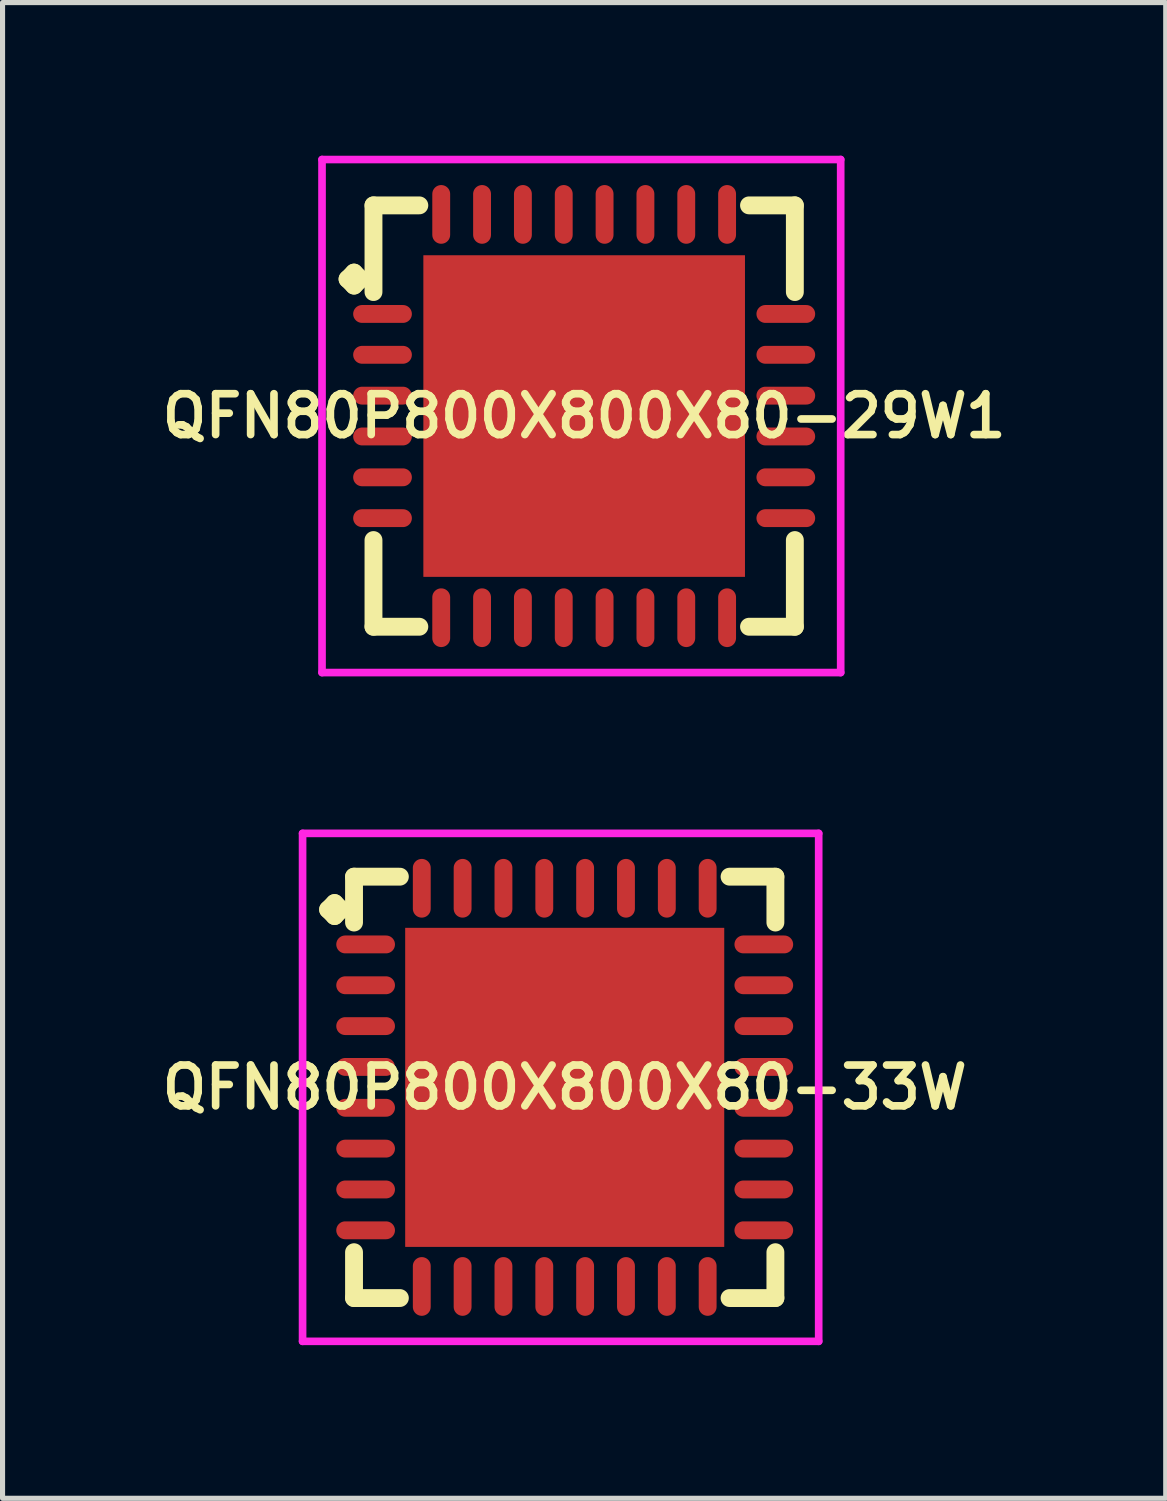
<source format=kicad_pcb>
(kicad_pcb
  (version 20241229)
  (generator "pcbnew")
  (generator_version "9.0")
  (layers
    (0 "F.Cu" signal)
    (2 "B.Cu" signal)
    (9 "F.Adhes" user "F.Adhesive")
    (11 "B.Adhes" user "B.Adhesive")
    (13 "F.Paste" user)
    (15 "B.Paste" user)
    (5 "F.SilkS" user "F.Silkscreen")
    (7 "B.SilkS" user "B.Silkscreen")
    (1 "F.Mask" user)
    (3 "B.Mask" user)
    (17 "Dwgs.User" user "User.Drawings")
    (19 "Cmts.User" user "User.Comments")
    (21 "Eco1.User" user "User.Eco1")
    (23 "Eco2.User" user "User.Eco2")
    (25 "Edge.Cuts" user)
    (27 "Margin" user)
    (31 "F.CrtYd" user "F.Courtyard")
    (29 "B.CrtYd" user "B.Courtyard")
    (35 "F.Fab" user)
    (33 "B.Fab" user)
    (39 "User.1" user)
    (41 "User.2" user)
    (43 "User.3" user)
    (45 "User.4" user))
  (footprint "QFN80P800X800X80-33W"
    (layer "F.Cu")
    (at 8.012 18.25)
    (property "Reference" "QFN80P800X800X80-33W" (at 0 0 0) (layer "F.SilkS") (effects (font (size 0.8 0.8) (thickness 0.15))))
    (attr smd)
    (fp_line (start -4.635 -3.483) (end -4.508 -3.61) (stroke (width 0.35) (type solid)) (layer "F.SilkS"))
    (fp_line (start -4.508 -3.61) (end -4.381 -3.483) (stroke (width 0.35) (type solid)) (layer "F.SilkS"))
    (fp_line (start -4.508 -3.356) (end -4.635 -3.483) (stroke (width 0.35) (type solid)) (layer "F.SilkS"))
    (fp_line (start -4.381 -3.483) (end -4.508 -3.356) (stroke (width 0.35) (type solid)) (layer "F.SilkS"))
    (fp_line (start -4.127 -4.127) (end -3.229 -4.127) (stroke (width 0.35) (type solid)) (layer "F.SilkS"))
    (fp_line (start -4.127 -3.229) (end -4.127 -4.127) (stroke (width 0.35) (type solid)) (layer "F.SilkS"))
    (fp_line (start -4.127 3.229) (end -4.127 4.127) (stroke (width 0.35) (type solid)) (layer "F.SilkS"))
    (fp_line (start -4.127 4.127) (end -3.229 4.127) (stroke (width 0.35) (type solid)) (layer "F.SilkS"))
    (fp_line (start 3.229 -4.127) (end 4.127 -4.127) (stroke (width 0.35) (type solid)) (layer "F.SilkS"))
    (fp_line (start 3.229 4.127) (end 4.127 4.127) (stroke (width 0.35) (type solid)) (layer "F.SilkS"))
    (fp_line (start 4.127 -4.127) (end 4.127 -3.229) (stroke (width 0.35) (type solid)) (layer "F.SilkS"))
    (fp_line (start 4.127 4.127) (end 4.127 3.229) (stroke (width 0.35) (type solid)) (layer "F.SilkS"))
    (fp_line (start -5.135 -4.975) (end 4.975 -4.975) (stroke (width 0.15) (type solid)) (layer "F.CrtYd"))
    (fp_line (start -5.135 4.975) (end -5.135 -4.975) (stroke (width 0.15) (type solid)) (layer "F.CrtYd"))
    (fp_line (start 4.975 -4.975) (end 4.975 4.975) (stroke (width 0.15) (type solid)) (layer "F.CrtYd"))
    (fp_line (start 4.975 4.975) (end -5.135 4.975) (stroke (width 0.15) (type solid)) (layer "F.CrtYd"))
    (pad "1" smd oval (at -3.9 -2.8) (size 1.15 0.35) (layers "F.Cu" "F.Mask" "F.Paste"))
    (pad "2" smd oval (at -3.9 -2) (size 1.15 0.35) (layers "F.Cu" "F.Mask" "F.Paste"))
    (pad "3" smd oval (at -3.9 -1.2) (size 1.15 0.35) (layers "F.Cu" "F.Mask" "F.Paste"))
    (pad "4" smd oval (at -3.9 -0.4) (size 1.15 0.35) (layers "F.Cu" "F.Mask" "F.Paste"))
    (pad "5" smd oval (at -3.9 0.4) (size 1.15 0.35) (layers "F.Cu" "F.Mask" "F.Paste"))
    (pad "6" smd oval (at -3.9 1.2) (size 1.15 0.35) (layers "F.Cu" "F.Mask" "F.Paste"))
    (pad "7" smd oval (at -3.9 2) (size 1.15 0.35) (layers "F.Cu" "F.Mask" "F.Paste"))
    (pad "8" smd oval (at -3.9 2.8) (size 1.15 0.35) (layers "F.Cu" "F.Mask" "F.Paste"))
    (pad "9" smd oval (at -2.8 3.9) (size 0.35 1.15) (layers "F.Cu" "F.Mask" "F.Paste"))
    (pad "10" smd oval (at -2 3.9) (size 0.35 1.15) (layers "F.Cu" "F.Mask" "F.Paste"))
    (pad "11" smd oval (at -1.2 3.9) (size 0.35 1.15) (layers "F.Cu" "F.Mask" "F.Paste"))
    (pad "12" smd oval (at -0.4 3.9) (size 0.35 1.15) (layers "F.Cu" "F.Mask" "F.Paste"))
    (pad "13" smd oval (at 0.4 3.9) (size 0.35 1.15) (layers "F.Cu" "F.Mask" "F.Paste"))
    (pad "14" smd oval (at 1.2 3.9) (size 0.35 1.15) (layers "F.Cu" "F.Mask" "F.Paste"))
    (pad "15" smd oval (at 2 3.9) (size 0.35 1.15) (layers "F.Cu" "F.Mask" "F.Paste"))
    (pad "16" smd oval (at 2.8 3.9) (size 0.35 1.15) (layers "F.Cu" "F.Mask" "F.Paste"))
    (pad "17" smd oval (at 3.9 2.8) (size 1.15 0.35) (layers "F.Cu" "F.Mask" "F.Paste"))
    (pad "18" smd oval (at 3.9 2) (size 1.15 0.35) (layers "F.Cu" "F.Mask" "F.Paste"))
    (pad "19" smd oval (at 3.9 1.2) (size 1.15 0.35) (layers "F.Cu" "F.Mask" "F.Paste"))
    (pad "20" smd oval (at 3.9 0.4) (size 1.15 0.35) (layers "F.Cu" "F.Mask" "F.Paste"))
    (pad "21" smd oval (at 3.9 -0.4) (size 1.15 0.35) (layers "F.Cu" "F.Mask" "F.Paste"))
    (pad "22" smd oval (at 3.9 -1.2) (size 1.15 0.35) (layers "F.Cu" "F.Mask" "F.Paste"))
    (pad "23" smd oval (at 3.9 -2) (size 1.15 0.35) (layers "F.Cu" "F.Mask" "F.Paste"))
    (pad "24" smd oval (at 3.9 -2.8) (size 1.15 0.35) (layers "F.Cu" "F.Mask" "F.Paste"))
    (pad "25" smd oval (at 2.8 -3.9) (size 0.35 1.15) (layers "F.Cu" "F.Mask" "F.Paste"))
    (pad "26" smd oval (at 2 -3.9) (size 0.35 1.15) (layers "F.Cu" "F.Mask" "F.Paste"))
    (pad "27" smd oval (at 1.2 -3.9) (size 0.35 1.15) (layers "F.Cu" "F.Mask" "F.Paste"))
    (pad "28" smd oval (at 0.4 -3.9) (size 0.35 1.15) (layers "F.Cu" "F.Mask" "F.Paste"))
    (pad "29" smd oval (at -0.4 -3.9) (size 0.35 1.15) (layers "F.Cu" "F.Mask" "F.Paste"))
    (pad "30" smd oval (at -1.2 -3.9) (size 0.35 1.15) (layers "F.Cu" "F.Mask" "F.Paste"))
    (pad "31" smd oval (at -2 -3.9) (size 0.35 1.15) (layers "F.Cu" "F.Mask" "F.Paste"))
    (pad "32" smd oval (at -2.8 -3.9) (size 0.35 1.15) (layers "F.Cu" "F.Mask" "F.Paste"))
    (pad "33" smd rect (at 0 0) (size 6.25 6.25) (layers "F.Cu" "F.Mask" "F.Paste")))
  (footprint "QFN80P800X800X80-29W1"
    (layer "F.Cu")
    (at 8.393 5.1)
    (property "Reference" "QFN80P800X800X80-29W1" (at 0 0 0) (layer "F.SilkS") (effects (font (size 0.8 0.8) (thickness 0.15))))
    (attr smd)
    (fp_line (start -4.635 -2.683) (end -4.508 -2.81) (stroke (width 0.35) (type solid)) (layer "F.SilkS"))
    (fp_line (start -4.508 -2.81) (end -4.381 -2.683) (stroke (width 0.35) (type solid)) (layer "F.SilkS"))
    (fp_line (start -4.508 -2.556) (end -4.635 -2.683) (stroke (width 0.35) (type solid)) (layer "F.SilkS"))
    (fp_line (start -4.381 -2.683) (end -4.508 -2.556) (stroke (width 0.35) (type solid)) (layer "F.SilkS"))
    (fp_line (start -4.127 -4.127) (end -3.229 -4.127) (stroke (width 0.35) (type solid)) (layer "F.SilkS"))
    (fp_line (start -4.127 -2.429) (end -4.127 -4.127) (stroke (width 0.35) (type solid)) (layer "F.SilkS"))
    (fp_line (start -4.127 2.429) (end -4.127 4.127) (stroke (width 0.35) (type solid)) (layer "F.SilkS"))
    (fp_line (start -4.127 4.127) (end -3.229 4.127) (stroke (width 0.35) (type solid)) (layer "F.SilkS"))
    (fp_line (start 3.229 -4.127) (end 4.127 -4.127) (stroke (width 0.35) (type solid)) (layer "F.SilkS"))
    (fp_line (start 3.229 4.127) (end 4.127 4.127) (stroke (width 0.35) (type solid)) (layer "F.SilkS"))
    (fp_line (start 4.127 -4.127) (end 4.127 -2.429) (stroke (width 0.35) (type solid)) (layer "F.SilkS"))
    (fp_line (start 4.127 4.127) (end 4.127 2.429) (stroke (width 0.35) (type solid)) (layer "F.SilkS"))
    (fp_line (start -5.135 -5.025) (end 5.025 -5.025) (stroke (width 0.15) (type solid)) (layer "F.CrtYd"))
    (fp_line (start -5.135 5.025) (end -5.135 -5.025) (stroke (width 0.15) (type solid)) (layer "F.CrtYd"))
    (fp_line (start 5.025 -5.025) (end 5.025 5.025) (stroke (width 0.15) (type solid)) (layer "F.CrtYd"))
    (fp_line (start 5.025 5.025) (end -5.135 5.025) (stroke (width 0.15) (type solid)) (layer "F.CrtYd"))
    (pad "1" smd oval (at -3.95 -2) (size 1.15 0.35) (layers "F.Cu" "F.Mask" "F.Paste"))
    (pad "2" smd oval (at -3.95 -1.2) (size 1.15 0.35) (layers "F.Cu" "F.Mask" "F.Paste"))
    (pad "3" smd oval (at -3.95 -0.4) (size 1.15 0.35) (layers "F.Cu" "F.Mask" "F.Paste"))
    (pad "4" smd oval (at -3.95 0.4) (size 1.15 0.35) (layers "F.Cu" "F.Mask" "F.Paste"))
    (pad "5" smd oval (at -3.95 1.2) (size 1.15 0.35) (layers "F.Cu" "F.Mask" "F.Paste"))
    (pad "6" smd oval (at -3.95 2) (size 1.15 0.35) (layers "F.Cu" "F.Mask" "F.Paste"))
    (pad "7" smd oval (at -2.8 3.95) (size 0.35 1.15) (layers "F.Cu" "F.Mask" "F.Paste"))
    (pad "8" smd oval (at -2 3.95) (size 0.35 1.15) (layers "F.Cu" "F.Mask" "F.Paste"))
    (pad "9" smd oval (at -1.2 3.95) (size 0.35 1.15) (layers "F.Cu" "F.Mask" "F.Paste"))
    (pad "10" smd oval (at -0.4 3.95) (size 0.35 1.15) (layers "F.Cu" "F.Mask" "F.Paste"))
    (pad "11" smd oval (at 0.4 3.95) (size 0.35 1.15) (layers "F.Cu" "F.Mask" "F.Paste"))
    (pad "12" smd oval (at 1.2 3.95) (size 0.35 1.15) (layers "F.Cu" "F.Mask" "F.Paste"))
    (pad "13" smd oval (at 2 3.95) (size 0.35 1.15) (layers "F.Cu" "F.Mask" "F.Paste"))
    (pad "14" smd oval (at 2.8 3.95) (size 0.35 1.15) (layers "F.Cu" "F.Mask" "F.Paste"))
    (pad "15" smd oval (at 3.95 2) (size 1.15 0.35) (layers "F.Cu" "F.Mask" "F.Paste"))
    (pad "16" smd oval (at 3.95 1.2) (size 1.15 0.35) (layers "F.Cu" "F.Mask" "F.Paste"))
    (pad "17" smd oval (at 3.95 0.4) (size 1.15 0.35) (layers "F.Cu" "F.Mask" "F.Paste"))
    (pad "18" smd oval (at 3.95 -0.4) (size 1.15 0.35) (layers "F.Cu" "F.Mask" "F.Paste"))
    (pad "19" smd oval (at 3.95 -1.2) (size 1.15 0.35) (layers "F.Cu" "F.Mask" "F.Paste"))
    (pad "20" smd oval (at 3.95 -2) (size 1.15 0.35) (layers "F.Cu" "F.Mask" "F.Paste"))
    (pad "21" smd oval (at 2.8 -3.95) (size 0.35 1.15) (layers "F.Cu" "F.Mask" "F.Paste"))
    (pad "22" smd oval (at 2 -3.95) (size 0.35 1.15) (layers "F.Cu" "F.Mask" "F.Paste"))
    (pad "23" smd oval (at 1.2 -3.95) (size 0.35 1.15) (layers "F.Cu" "F.Mask" "F.Paste"))
    (pad "24" smd oval (at 0.4 -3.95) (size 0.35 1.15) (layers "F.Cu" "F.Mask" "F.Paste"))
    (pad "25" smd oval (at -0.4 -3.95) (size 0.35 1.15) (layers "F.Cu" "F.Mask" "F.Paste"))
    (pad "26" smd oval (at -1.2 -3.95) (size 0.35 1.15) (layers "F.Cu" "F.Mask" "F.Paste"))
    (pad "27" smd oval (at -2 -3.95) (size 0.35 1.15) (layers "F.Cu" "F.Mask" "F.Paste"))
    (pad "28" smd oval (at -2.8 -3.95) (size 0.35 1.15) (layers "F.Cu" "F.Mask" "F.Paste"))
    (pad "29" smd rect (at 0 0) (size 6.3 6.3) (layers "F.Cu" "F.Mask" "F.Paste")))
  (gr_rect
    (start -3 -3)
    (end 19.785 26.3)
    (stroke (width 0.1) (type default))
    (fill no)
    (layer "Edge.Cuts")))
</source>
